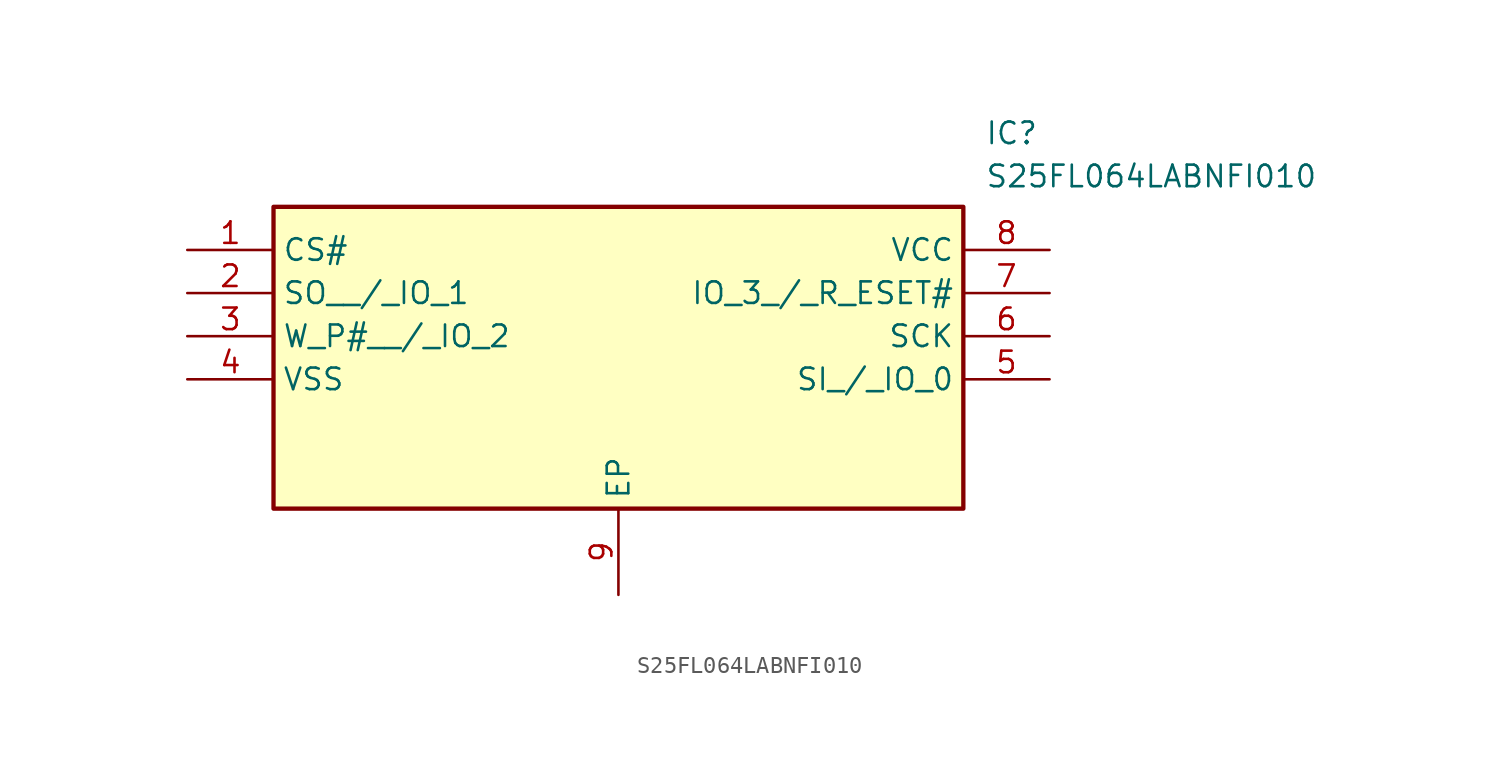
<source format=kicad_sym>
(kicad_symbol_lib
  (version 20211014)
  (generator SamacSys_ECAD_Model)
  (symbol "S25FL064LABNFI010"
    (property "Reference" "IC"
      (at 46.99 7.62 0)
      (effects (font (size 1.27 1.27)) (justify left top)))
    (property "Value" "S25FL064LABNFI010"
      (at 46.99 5.08 0)
      (effects (font (size 1.27 1.27)) (justify left top)))
    (rectangle
      (start 5.08 2.54)
      (end 45.72 -15.24)
      (stroke (width 0.254) (type default))
      (fill (type background)))
    (pin passive line
      (at 0 0 0)
      (length 5.08)
      (name "CS#" (effects (font (size 1.27 1.27))))
      (number "1" (effects (font (size 1.27 1.27)))))
    (pin passive line
      (at 0 -2.54 0)
      (length 5.08)
      (name "SO__/_IO_1" (effects (font (size 1.27 1.27))))
      (number "2" (effects (font (size 1.27 1.27)))))
    (pin passive line
      (at 0 -5.08 0)
      (length 5.08)
      (name "W_P#__/_IO_2" (effects (font (size 1.27 1.27))))
      (number "3" (effects (font (size 1.27 1.27)))))
    (pin passive line
      (at 0 -7.62 0)
      (length 5.08)
      (name "VSS" (effects (font (size 1.27 1.27))))
      (number "4" (effects (font (size 1.27 1.27)))))
    (pin passive line
      (at 25.4 -20.32 90)
      (length 5.08)
      (name "EP" (effects (font (size 1.27 1.27))))
      (number "9" (effects (font (size 1.27 1.27)))))
    (pin passive line
      (at 50.8 0 180)
      (length 5.08)
      (name "VCC" (effects (font (size 1.27 1.27))))
      (number "8" (effects (font (size 1.27 1.27)))))
    (pin passive line
      (at 50.8 -2.54 180)
      (length 5.08)
      (name "IO_3_/_R_ESET#" (effects (font (size 1.27 1.27))))
      (number "7" (effects (font (size 1.27 1.27)))))
    (pin passive line
      (at 50.8 -5.08 180)
      (length 5.08)
      (name "SCK" (effects (font (size 1.27 1.27))))
      (number "6" (effects (font (size 1.27 1.27)))))
    (pin passive line
      (at 50.8 -7.62 180)
      (length 5.08)
      (name "SI_/_IO_0" (effects (font (size 1.27 1.27))))
      (number "5" (effects (font (size 1.27 1.27)))))))
</source>
